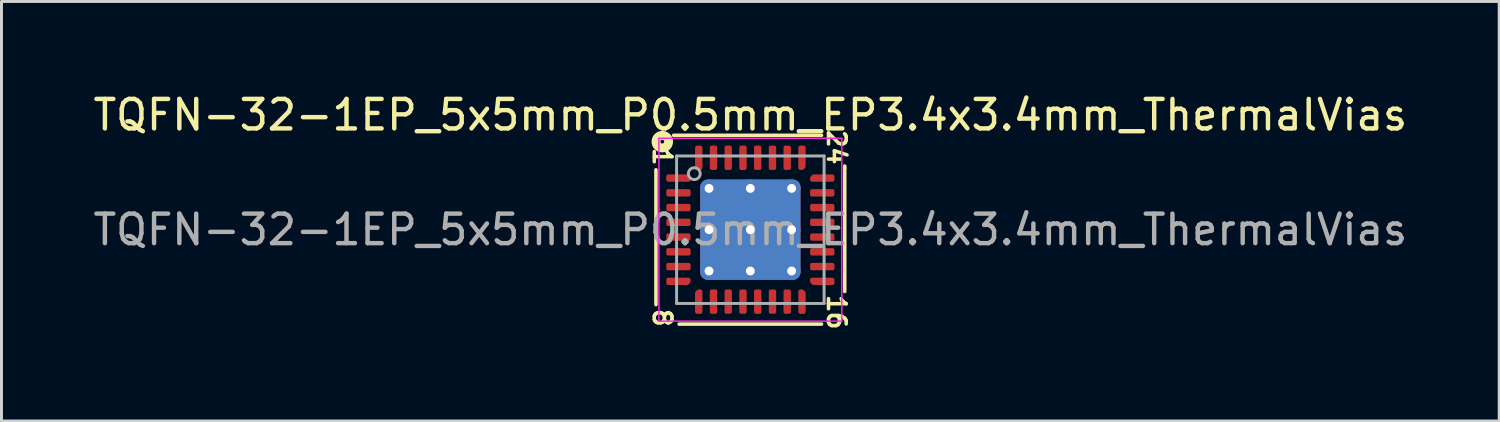
<source format=kicad_pcb>
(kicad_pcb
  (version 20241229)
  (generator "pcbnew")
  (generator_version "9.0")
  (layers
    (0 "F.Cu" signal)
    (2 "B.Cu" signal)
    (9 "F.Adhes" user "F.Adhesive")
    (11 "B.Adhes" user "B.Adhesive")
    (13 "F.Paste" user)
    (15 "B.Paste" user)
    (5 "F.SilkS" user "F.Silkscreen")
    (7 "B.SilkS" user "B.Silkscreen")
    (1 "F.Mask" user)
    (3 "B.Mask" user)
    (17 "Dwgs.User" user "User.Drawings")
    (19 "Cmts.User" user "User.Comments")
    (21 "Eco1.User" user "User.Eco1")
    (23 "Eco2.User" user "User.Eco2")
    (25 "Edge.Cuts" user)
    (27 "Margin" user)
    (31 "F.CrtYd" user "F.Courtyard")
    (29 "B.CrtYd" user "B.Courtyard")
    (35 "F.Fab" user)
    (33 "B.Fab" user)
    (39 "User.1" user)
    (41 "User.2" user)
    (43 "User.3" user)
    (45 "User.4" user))
  (footprint "TQFN-32-1EP_5x5mm_P0.5mm_EP3.4x3.4mm_ThermalVias"
    (layer "F.Cu")
    (at 22.387 4.737)
    (property "Reference" "TQFN-32-1EP_5x5mm_P0.5mm_EP3.4x3.4mm_ThermalVias" (at 0 -3.889 0) (layer "F.SilkS") (effects (font (size 1 1) (thickness 0.15))))
    (attr smd)
    (fp_line (start -3.2 -2.032) (end -3.2 2.54) (stroke (width 0.12) (type solid)) (layer "F.SilkS"))
    (fp_line (start -2.413 3.2) (end 2.413 3.2) (stroke (width 0.12) (type solid)) (layer "F.SilkS"))
    (fp_line (start 2.413 -3.2) (end -2.603 -3.2) (stroke (width 0.12) (type solid)) (layer "F.SilkS"))
    (fp_line (start 3.2 -2.095) (end 3.2 -2.159) (stroke (width 0.12) (type solid)) (layer "F.SilkS"))
    (fp_line (start 3.2 2.095) (end 3.2 -2.095) (stroke (width 0.12) (type solid)) (layer "F.SilkS"))
    (fp_circle (center -2.985 -2.985) (end -2.921 -2.985) (stroke (width 0.3) (type solid)) (fill no) (layer "F.SilkS"))
    (fp_line (start -3.1 -3.1) (end -3.1 3.1) (stroke (width 0.05) (type solid)) (layer "F.CrtYd"))
    (fp_line (start -3.1 3.1) (end 3.1 3.1) (stroke (width 0.05) (type solid)) (layer "F.CrtYd"))
    (fp_line (start 3.1 -3.1) (end -3.1 -3.1) (stroke (width 0.05) (type solid)) (layer "F.CrtYd"))
    (fp_line (start 3.1 3.1) (end 3.1 -3.1) (stroke (width 0.05) (type solid)) (layer "F.CrtYd"))
    (fp_line (start -2.5 -2.5) (end 2.5 -2.5) (stroke (width 0.1) (type solid)) (layer "F.Fab"))
    (fp_line (start -2.5 2.5) (end -2.5 -2.5) (stroke (width 0.1) (type solid)) (layer "F.Fab"))
    (fp_line (start 2.5 -2.5) (end 2.5 2.5) (stroke (width 0.1) (type solid)) (layer "F.Fab"))
    (fp_line (start 2.5 2.5) (end -2.5 2.5) (stroke (width 0.1) (type solid)) (layer "F.Fab"))
    (fp_circle (center -1.9 -1.9) (end -1.7 -1.9) (stroke (width 0.1) (type solid)) (fill no) (layer "F.Fab"))
    (fp_text user "1" (at -2.985 -2.477 270) (unlocked yes) (layer "F.SilkS") (effects (font (size 0.6 0.6) (thickness 0.12))))
    (fp_text user "16" (at 2.921 2.794 270) (unlocked yes) (layer "F.SilkS") (effects (font (size 0.6 0.6) (thickness 0.12))))
    (fp_text user "8" (at -2.985 2.985 270) (unlocked yes) (layer "F.SilkS") (effects (font (size 0.6 0.6) (thickness 0.12))))
    (fp_text user "24" (at 2.921 -2.794 270) (unlocked yes) (layer "F.SilkS") (effects (font (size 0.6 0.6) (thickness 0.12))))
    (fp_text user "${REFERENCE}" (at 0 0 0) (layer "F.Fab") (effects (font (size 1 1) (thickness 0.15))))
    (pad "" smd roundrect (at -0.775 -0.775) (size 1.35 1.35) (layers "F.Paste") (roundrect_rratio 0.185))
    (pad "" smd roundrect (at -0.775 0.775) (size 1.35 1.35) (layers "F.Paste") (roundrect_rratio 0.185))
    (pad "" smd roundrect (at 0.775 -0.775) (size 1.35 1.35) (layers "F.Paste") (roundrect_rratio 0.185))
    (pad "" smd roundrect (at 0.775 0.775) (size 1.35 1.35) (layers "F.Paste") (roundrect_rratio 0.185))
    (pad "1" smd custom (at -2.438 -1.75) (size 0.186 0.186) (layers "F.Cu" "F.Mask" "F.Paste") (options (anchor circle)) (primitives (gr_poly (pts (xy 0.35 -0.009) (xy 0.35 0.062) (xy -0.35 0.062) (xy -0.35 -0.062) (xy 0.297 -0.062)) (width 0.125) (fill yes))))
    (pad "2" smd roundrect (at -2.438 -1.25) (size 0.825 0.25) (layers "F.Cu" "F.Mask" "F.Paste") (roundrect_rratio 0.25))
    (pad "3" smd roundrect (at -2.438 -0.75) (size 0.825 0.25) (layers "F.Cu" "F.Mask" "F.Paste") (roundrect_rratio 0.25))
    (pad "4" smd roundrect (at -2.438 -0.25) (size 0.825 0.25) (layers "F.Cu" "F.Mask" "F.Paste") (roundrect_rratio 0.25))
    (pad "5" smd roundrect (at -2.438 0.25) (size 0.825 0.25) (layers "F.Cu" "F.Mask" "F.Paste") (roundrect_rratio 0.25))
    (pad "6" smd roundrect (at -2.438 0.75) (size 0.825 0.25) (layers "F.Cu" "F.Mask" "F.Paste") (roundrect_rratio 0.25))
    (pad "7" smd roundrect (at -2.438 1.25) (size 0.825 0.25) (layers "F.Cu" "F.Mask" "F.Paste") (roundrect_rratio 0.25))
    (pad "8" smd custom (at -2.438 1.75) (size 0.186 0.186) (layers "F.Cu" "F.Mask" "F.Paste") (options (anchor circle)) (primitives (gr_poly (pts (xy 0.35 0.009) (xy 0.297 0.062) (xy -0.35 0.062) (xy -0.35 -0.062) (xy 0.35 -0.062)) (width 0.125) (fill yes))))
    (pad "9" smd custom (at -1.75 2.438) (size 0.186 0.186) (layers "F.Cu" "F.Mask" "F.Paste") (options (anchor circle)) (primitives (gr_poly (pts (xy 0.062 0.35) (xy -0.062 0.35) (xy -0.062 -0.297) (xy -0.009 -0.35) (xy 0.062 -0.35)) (width 0.125) (fill yes))))
    (pad "10" smd roundrect (at -1.25 2.438) (size 0.25 0.825) (layers "F.Cu" "F.Mask" "F.Paste") (roundrect_rratio 0.25))
    (pad "11" smd roundrect (at -0.75 2.438) (size 0.25 0.825) (layers "F.Cu" "F.Mask" "F.Paste") (roundrect_rratio 0.25))
    (pad "12" smd roundrect (at -0.25 2.438) (size 0.25 0.825) (layers "F.Cu" "F.Mask" "F.Paste") (roundrect_rratio 0.25))
    (pad "13" smd roundrect (at 0.25 2.438) (size 0.25 0.825) (layers "F.Cu" "F.Mask" "F.Paste") (roundrect_rratio 0.25))
    (pad "14" smd roundrect (at 0.75 2.438) (size 0.25 0.825) (layers "F.Cu" "F.Mask" "F.Paste") (roundrect_rratio 0.25))
    (pad "15" smd roundrect (at 1.25 2.438) (size 0.25 0.825) (layers "F.Cu" "F.Mask" "F.Paste") (roundrect_rratio 0.25))
    (pad "16" smd custom (at 1.75 2.438) (size 0.186 0.186) (layers "F.Cu" "F.Mask" "F.Paste") (options (anchor circle)) (primitives (gr_poly (pts (xy 0.062 -0.297) (xy 0.062 0.35) (xy -0.062 0.35) (xy -0.062 -0.35) (xy 0.009 -0.35)) (width 0.125) (fill yes))))
    (pad "17" smd custom (at 2.438 1.75) (size 0.186 0.186) (layers "F.Cu" "F.Mask" "F.Paste") (options (anchor circle)) (primitives (gr_poly (pts (xy 0.35 0.062) (xy -0.297 0.062) (xy -0.35 0.009) (xy -0.35 -0.062) (xy 0.35 -0.062)) (width 0.125) (fill yes))))
    (pad "18" smd roundrect (at 2.438 1.25) (size 0.825 0.25) (layers "F.Cu" "F.Mask" "F.Paste") (roundrect_rratio 0.25))
    (pad "19" smd roundrect (at 2.438 0.75) (size 0.825 0.25) (layers "F.Cu" "F.Mask" "F.Paste") (roundrect_rratio 0.25))
    (pad "20" smd roundrect (at 2.438 0.25) (size 0.825 0.25) (layers "F.Cu" "F.Mask" "F.Paste") (roundrect_rratio 0.25))
    (pad "21" smd roundrect (at 2.438 -0.25) (size 0.825 0.25) (layers "F.Cu" "F.Mask" "F.Paste") (roundrect_rratio 0.25))
    (pad "22" smd roundrect (at 2.438 -0.75) (size 0.825 0.25) (layers "F.Cu" "F.Mask" "F.Paste") (roundrect_rratio 0.25))
    (pad "23" smd roundrect (at 2.438 -1.25) (size 0.825 0.25) (layers "F.Cu" "F.Mask" "F.Paste") (roundrect_rratio 0.25))
    (pad "24" smd custom (at 2.438 -1.75) (size 0.186 0.186) (layers "F.Cu" "F.Mask" "F.Paste") (options (anchor circle)) (primitives (gr_poly (pts (xy 0.35 0.062) (xy -0.35 0.062) (xy -0.35 -0.009) (xy -0.297 -0.062) (xy 0.35 -0.062)) (width 0.125) (fill yes))))
    (pad "25" smd custom (at 1.75 -2.438) (size 0.186 0.186) (layers "F.Cu" "F.Mask" "F.Paste") (options (anchor circle)) (primitives (gr_poly (pts (xy 0.062 0.297) (xy 0.009 0.35) (xy -0.062 0.35) (xy -0.062 -0.35) (xy 0.062 -0.35)) (width 0.125) (fill yes))))
    (pad "26" smd roundrect (at 1.25 -2.438) (size 0.25 0.825) (layers "F.Cu" "F.Mask" "F.Paste") (roundrect_rratio 0.25))
    (pad "27" smd roundrect (at 0.75 -2.438) (size 0.25 0.825) (layers "F.Cu" "F.Mask" "F.Paste") (roundrect_rratio 0.25))
    (pad "28" smd roundrect (at 0.25 -2.438) (size 0.25 0.825) (layers "F.Cu" "F.Mask" "F.Paste") (roundrect_rratio 0.25))
    (pad "29" smd roundrect (at -0.25 -2.438) (size 0.25 0.825) (layers "F.Cu" "F.Mask" "F.Paste") (roundrect_rratio 0.25))
    (pad "30" smd roundrect (at -0.75 -2.438) (size 0.25 0.825) (layers "F.Cu" "F.Mask" "F.Paste") (roundrect_rratio 0.25))
    (pad "31" smd roundrect (at -1.25 -2.438) (size 0.25 0.825) (layers "F.Cu" "F.Mask" "F.Paste") (roundrect_rratio 0.25))
    (pad "32" smd custom (at -1.75 -2.438) (size 0.186 0.186) (layers "F.Cu" "F.Mask" "F.Paste") (options (anchor circle)) (primitives (gr_poly (pts (xy 0.062 0.35) (xy -0.009 0.35) (xy -0.062 0.297) (xy -0.062 -0.35) (xy 0.062 -0.35)) (width 0.125) (fill yes))))
    (pad "33" thru_hole circle (at -1.4 -1.4) (size 0.6 0.6) (drill 0.3) (property pad_prop_heatsink) (layers "*.Cu"))
    (pad "33" thru_hole circle (at -1.4 0) (size 0.6 0.6) (drill 0.3) (property pad_prop_heatsink) (layers "*.Cu"))
    (pad "33" thru_hole circle (at -1.4 1.4) (size 0.6 0.6) (drill 0.3) (property pad_prop_heatsink) (layers "*.Cu"))
    (pad "33" thru_hole circle (at 0 -1.4) (size 0.6 0.6) (drill 0.3) (property pad_prop_heatsink) (layers "*.Cu"))
    (pad "33" thru_hole circle (at 0 0) (size 0.6 0.6) (drill 0.3) (property pad_prop_heatsink) (layers "*.Cu"))
    (pad "33" smd roundrect (at 0 0) (size 3.4 3.4) (layers "F.Cu" "F.Mask") (roundrect_rratio 0.074))
    (pad "33" smd roundrect (at 0 0) (size 3.4 3.4) (layers "B.Cu" "B.Mask") (roundrect_rratio 0.074))
    (pad "33" thru_hole circle (at 0 1.4) (size 0.6 0.6) (drill 0.3) (property pad_prop_heatsink) (layers "*.Cu"))
    (pad "33" thru_hole circle (at 1.4 -1.4) (size 0.6 0.6) (drill 0.3) (property pad_prop_heatsink) (layers "*.Cu"))
    (pad "33" thru_hole circle (at 1.4 0) (size 0.6 0.6) (drill 0.3) (property pad_prop_heatsink) (layers "*.Cu"))
    (pad "33" thru_hole circle (at 1.4 1.4) (size 0.6 0.6) (drill 0.3) (property pad_prop_heatsink) (layers "*.Cu")))
  (gr_rect
    (start -3 -3)
    (end 47.774 11.222)
    (stroke (width 0.1) (type default))
    (fill no)
    (layer "Edge.Cuts")))
</source>
